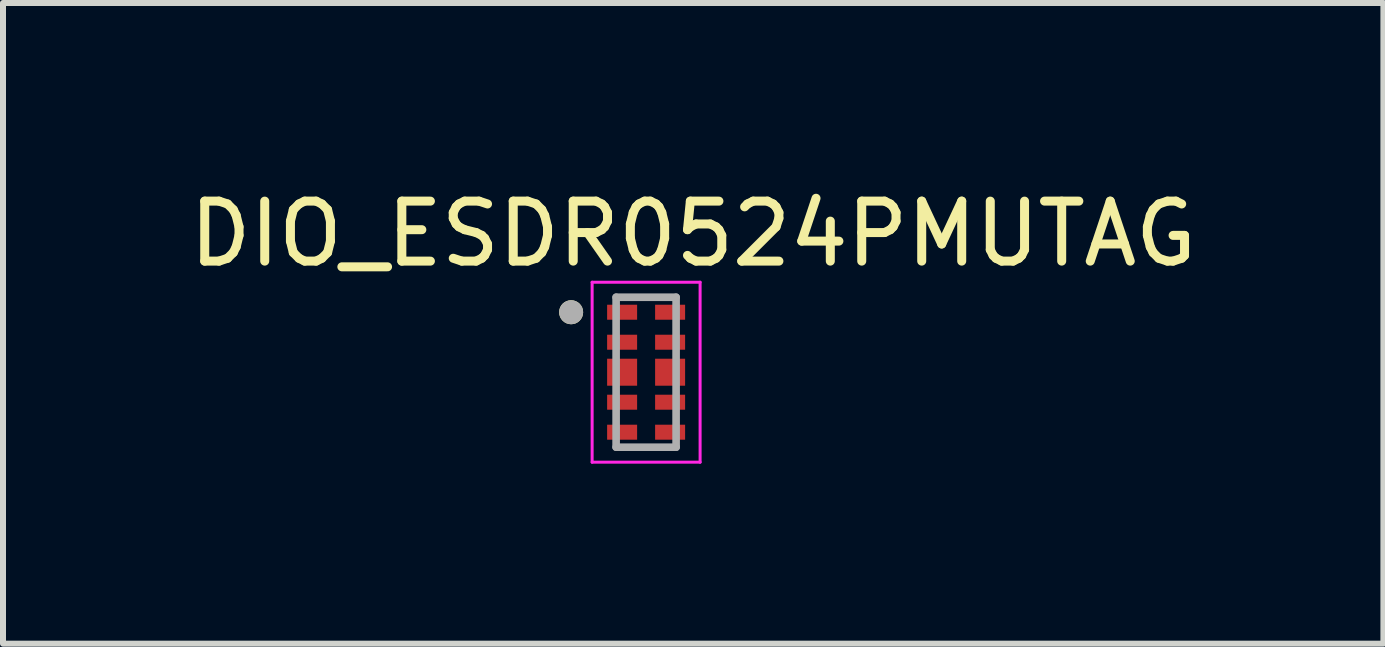
<source format=kicad_pcb>
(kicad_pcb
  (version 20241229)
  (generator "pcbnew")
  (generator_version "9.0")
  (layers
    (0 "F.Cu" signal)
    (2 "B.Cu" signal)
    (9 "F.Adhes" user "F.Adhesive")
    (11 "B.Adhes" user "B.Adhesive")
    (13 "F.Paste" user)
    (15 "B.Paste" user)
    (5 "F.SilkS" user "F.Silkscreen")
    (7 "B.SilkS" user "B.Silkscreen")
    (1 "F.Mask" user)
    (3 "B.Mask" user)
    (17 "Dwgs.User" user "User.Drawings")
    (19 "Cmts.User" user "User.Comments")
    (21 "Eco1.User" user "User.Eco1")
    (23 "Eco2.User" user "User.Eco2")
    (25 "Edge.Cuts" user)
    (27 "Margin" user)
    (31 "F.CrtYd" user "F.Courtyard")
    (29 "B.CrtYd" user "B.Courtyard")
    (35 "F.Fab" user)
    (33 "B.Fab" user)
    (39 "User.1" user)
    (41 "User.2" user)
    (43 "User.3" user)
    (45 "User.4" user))
  (footprint "DIO_ESDR0524PMUTAG"
    (layer "F.Cu")
    (at 7.721 3.155)
    (property "Reference" "DIO_ESDR0524PMUTAG" (at 0.785 -2.307 0) (layer "F.SilkS") (effects (font (size 1 1) (thickness 0.15))))
    (attr smd)
    (fp_circle (center -1.25 -1) (end -1.15 -1) (stroke (width 0.2) (type solid)) (fill no) (layer "F.SilkS"))
    (fp_line (start -0.9 -1.5) (end -0.9 1.5) (stroke (width 0.05) (type solid)) (layer "F.CrtYd"))
    (fp_line (start -0.9 -1.5) (end 0.9 -1.5) (stroke (width 0.05) (type solid)) (layer "F.CrtYd"))
    (fp_line (start -0.9 1.5) (end 0.9 1.5) (stroke (width 0.05) (type solid)) (layer "F.CrtYd"))
    (fp_line (start 0.9 -1.5) (end 0.9 1.5) (stroke (width 0.05) (type solid)) (layer "F.CrtYd"))
    (fp_line (start -0.5 -1.25) (end -0.5 1.25) (stroke (width 0.127) (type solid)) (layer "F.Fab"))
    (fp_line (start -0.5 -1.25) (end 0.5 -1.25) (stroke (width 0.127) (type solid)) (layer "F.Fab"))
    (fp_line (start -0.5 1.25) (end 0.5 1.25) (stroke (width 0.127) (type solid)) (layer "F.Fab"))
    (fp_line (start 0.5 -1.25) (end 0.5 1.25) (stroke (width 0.127) (type solid)) (layer "F.Fab"))
    (fp_circle (center -1.25 -1) (end -1.15 -1) (stroke (width 0.2) (type solid)) (fill no) (layer "F.Fab"))
    (pad "1" smd rect (at -0.4 -1) (size 0.5 0.25) (layers "F.Cu" "F.Mask" "F.Paste"))
    (pad "2" smd rect (at -0.4 -0.5) (size 0.5 0.25) (layers "F.Cu" "F.Mask" "F.Paste"))
    (pad "3" smd rect (at -0.4 0) (size 0.5 0.45) (layers "F.Cu" "F.Mask" "F.Paste"))
    (pad "4" smd rect (at -0.4 0.5) (size 0.5 0.25) (layers "F.Cu" "F.Mask" "F.Paste"))
    (pad "5" smd rect (at -0.4 1) (size 0.5 0.25) (layers "F.Cu" "F.Mask" "F.Paste"))
    (pad "6" smd rect (at 0.4 1) (size 0.5 0.25) (layers "F.Cu" "F.Mask" "F.Paste"))
    (pad "7" smd rect (at 0.4 0.5) (size 0.5 0.25) (layers "F.Cu" "F.Mask" "F.Paste"))
    (pad "8" smd rect (at 0.4 0) (size 0.5 0.45) (layers "F.Cu" "F.Mask" "F.Paste"))
    (pad "9" smd rect (at 0.4 -0.5) (size 0.5 0.25) (layers "F.Cu" "F.Mask" "F.Paste"))
    (pad "10" smd rect (at 0.4 -1) (size 0.5 0.25) (layers "F.Cu" "F.Mask" "F.Paste")))
  (gr_rect
    (start -3 -3)
    (end 20.012 7.68)
    (stroke (width 0.1) (type default))
    (fill no)
    (layer "Edge.Cuts")))
</source>
